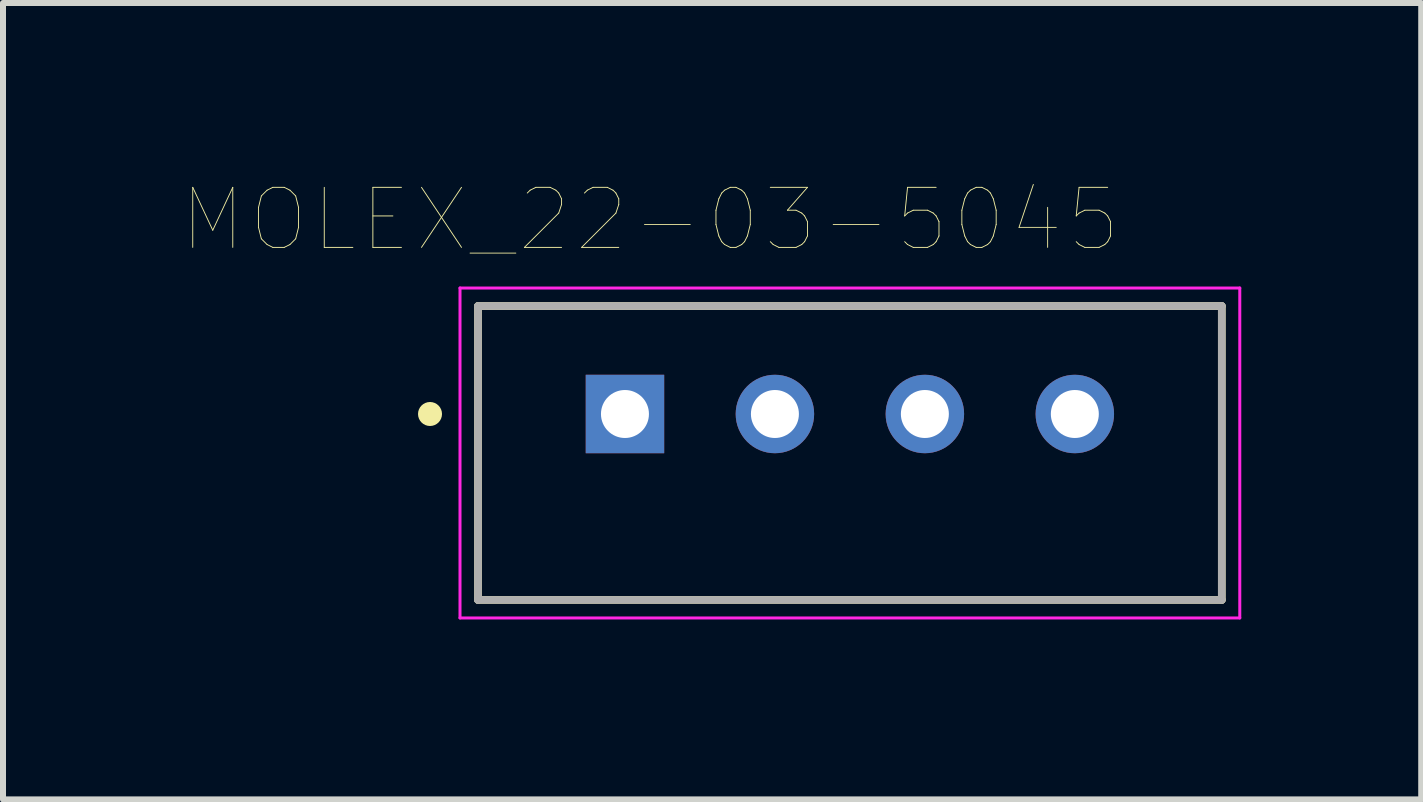
<source format=kicad_pcb>
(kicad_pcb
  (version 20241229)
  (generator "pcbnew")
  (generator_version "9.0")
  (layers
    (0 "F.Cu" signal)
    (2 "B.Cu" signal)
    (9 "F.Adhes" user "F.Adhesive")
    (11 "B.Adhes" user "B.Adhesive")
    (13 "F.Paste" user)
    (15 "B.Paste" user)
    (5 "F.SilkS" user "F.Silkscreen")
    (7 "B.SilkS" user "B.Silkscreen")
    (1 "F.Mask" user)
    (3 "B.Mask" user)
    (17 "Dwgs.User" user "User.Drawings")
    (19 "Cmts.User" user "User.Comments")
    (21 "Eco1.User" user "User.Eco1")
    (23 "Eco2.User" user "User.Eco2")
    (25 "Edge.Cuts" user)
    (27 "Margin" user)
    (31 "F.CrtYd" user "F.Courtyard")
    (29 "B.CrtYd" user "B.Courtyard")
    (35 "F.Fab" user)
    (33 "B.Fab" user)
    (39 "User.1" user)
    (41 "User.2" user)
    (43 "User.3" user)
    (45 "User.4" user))
  (footprint "MOLEX_22-03-5045"
    (layer "F.Cu")
    (at 11.119 4.502)
    (property "Reference" "MOLEX_22-03-5045" (at -3.329 -3.89 0) (layer "F.SilkS") (effects (font (size 1.001 1.001) (thickness 0.015))))
    (attr through_hole)
    (fp_line (start -6.2 -2.45) (end 6.2 -2.45) (stroke (width 0.127) (type solid)) (layer "F.SilkS"))
    (fp_line (start -6.2 2.45) (end -6.2 -2.45) (stroke (width 0.127) (type solid)) (layer "F.SilkS"))
    (fp_line (start 6.2 -2.45) (end 6.2 2.45) (stroke (width 0.127) (type solid)) (layer "F.SilkS"))
    (fp_line (start 6.2 2.45) (end -6.2 2.45) (stroke (width 0.127) (type solid)) (layer "F.SilkS"))
    (fp_circle (center -7 -0.65) (end -6.9 -0.65) (stroke (width 0.2) (type solid)) (fill no) (layer "F.SilkS"))
    (fp_line (start -6.5 -2.75) (end 6.5 -2.75) (stroke (width 0.05) (type solid)) (layer "F.CrtYd"))
    (fp_line (start -6.5 2.75) (end -6.5 -2.75) (stroke (width 0.05) (type solid)) (layer "F.CrtYd"))
    (fp_line (start 6.5 -2.75) (end 6.5 2.75) (stroke (width 0.05) (type solid)) (layer "F.CrtYd"))
    (fp_line (start 6.5 2.75) (end -6.5 2.75) (stroke (width 0.05) (type solid)) (layer "F.CrtYd"))
    (fp_line (start -6.2 -2.45) (end 6.2 -2.45) (stroke (width 0.127) (type solid)) (layer "F.Fab"))
    (fp_line (start -6.2 2.45) (end -6.2 -2.45) (stroke (width 0.127) (type solid)) (layer "F.Fab"))
    (fp_line (start 6.2 -2.45) (end 6.2 2.45) (stroke (width 0.127) (type solid)) (layer "F.Fab"))
    (fp_line (start 6.2 2.45) (end -6.2 2.45) (stroke (width 0.127) (type solid)) (layer "F.Fab"))
    (fp_circle (center -3.75 -0.65) (end -3.65 -0.65) (stroke (width 0.2) (type solid)) (fill no) (layer "F.Fab"))
    (pad "1" thru_hole rect (at -3.75 -0.65) (size 1.308 1.308) (drill 0.8) (layers "*.Cu" "*.Mask"))
    (pad "2" thru_hole circle (at -1.25 -0.65) (size 1.308 1.308) (drill 0.8) (layers "*.Cu" "*.Mask"))
    (pad "3" thru_hole circle (at 1.25 -0.65) (size 1.308 1.308) (drill 0.8) (layers "*.Cu" "*.Mask"))
    (pad "4" thru_hole circle (at 3.75 -0.65) (size 1.308 1.308) (drill 0.8) (layers "*.Cu" "*.Mask")))
  (gr_rect
    (start -3 -3)
    (end 20.644 10.277)
    (stroke (width 0.1) (type default))
    (fill no)
    (layer "Edge.Cuts")))
</source>
